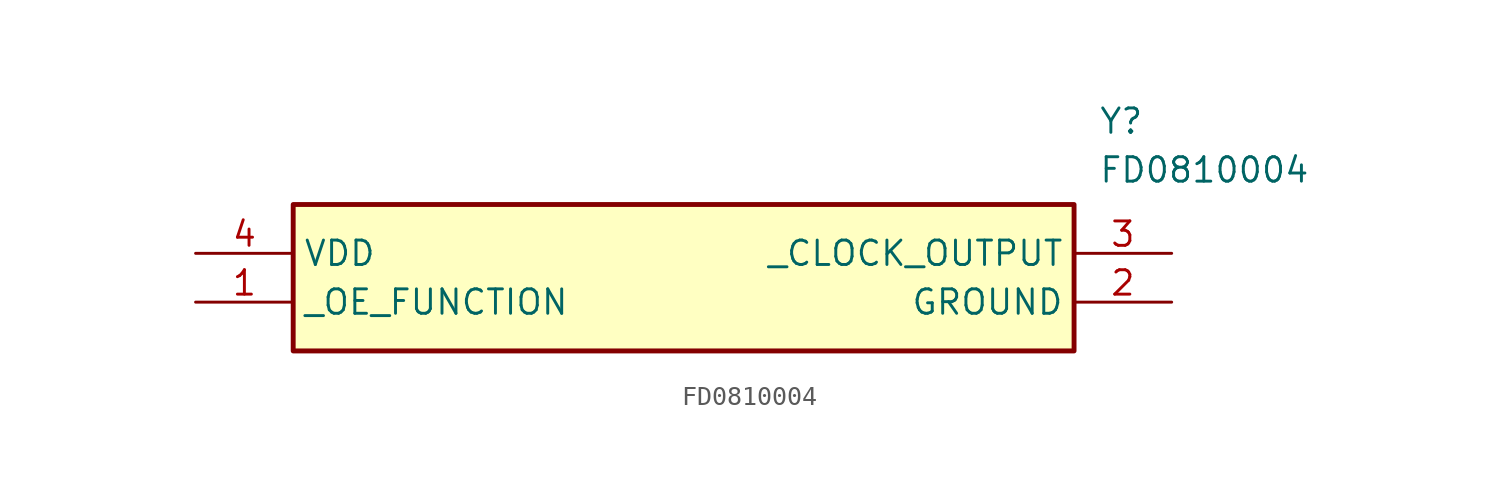
<source format=kicad_sym>
(kicad_symbol_lib
  (version 20211014)
  (generator SamacSys_ECAD_Model)
  (symbol "FD0810004"
    (property "Reference" "Y"
      (at 46.99 7.62 0)
      (effects (font (size 1.27 1.27)) (justify left top)))
    (property "Value" "FD0810004"
      (at 46.99 5.08 0)
      (effects (font (size 1.27 1.27)) (justify left top)))
    (rectangle
      (start 5.08 2.54)
      (end 45.72 -5.08)
      (stroke (width 0.254) (type default))
      (fill (type background)))
    (pin passive line
      (at 0 -2.54 0)
      (length 5.08)
      (name "_OE_FUNCTION" (effects (font (size 1.27 1.27))))
      (number "1" (effects (font (size 1.27 1.27)))))
    (pin passive line
      (at 50.8 -2.54 180)
      (length 5.08)
      (name "GROUND" (effects (font (size 1.27 1.27))))
      (number "2" (effects (font (size 1.27 1.27)))))
    (pin passive line
      (at 50.8 0 180)
      (length 5.08)
      (name "_CLOCK_OUTPUT" (effects (font (size 1.27 1.27))))
      (number "3" (effects (font (size 1.27 1.27)))))
    (pin passive line
      (at 0 0 0)
      (length 5.08)
      (name "VDD" (effects (font (size 1.27 1.27))))
      (number "4" (effects (font (size 1.27 1.27)))))))
</source>
